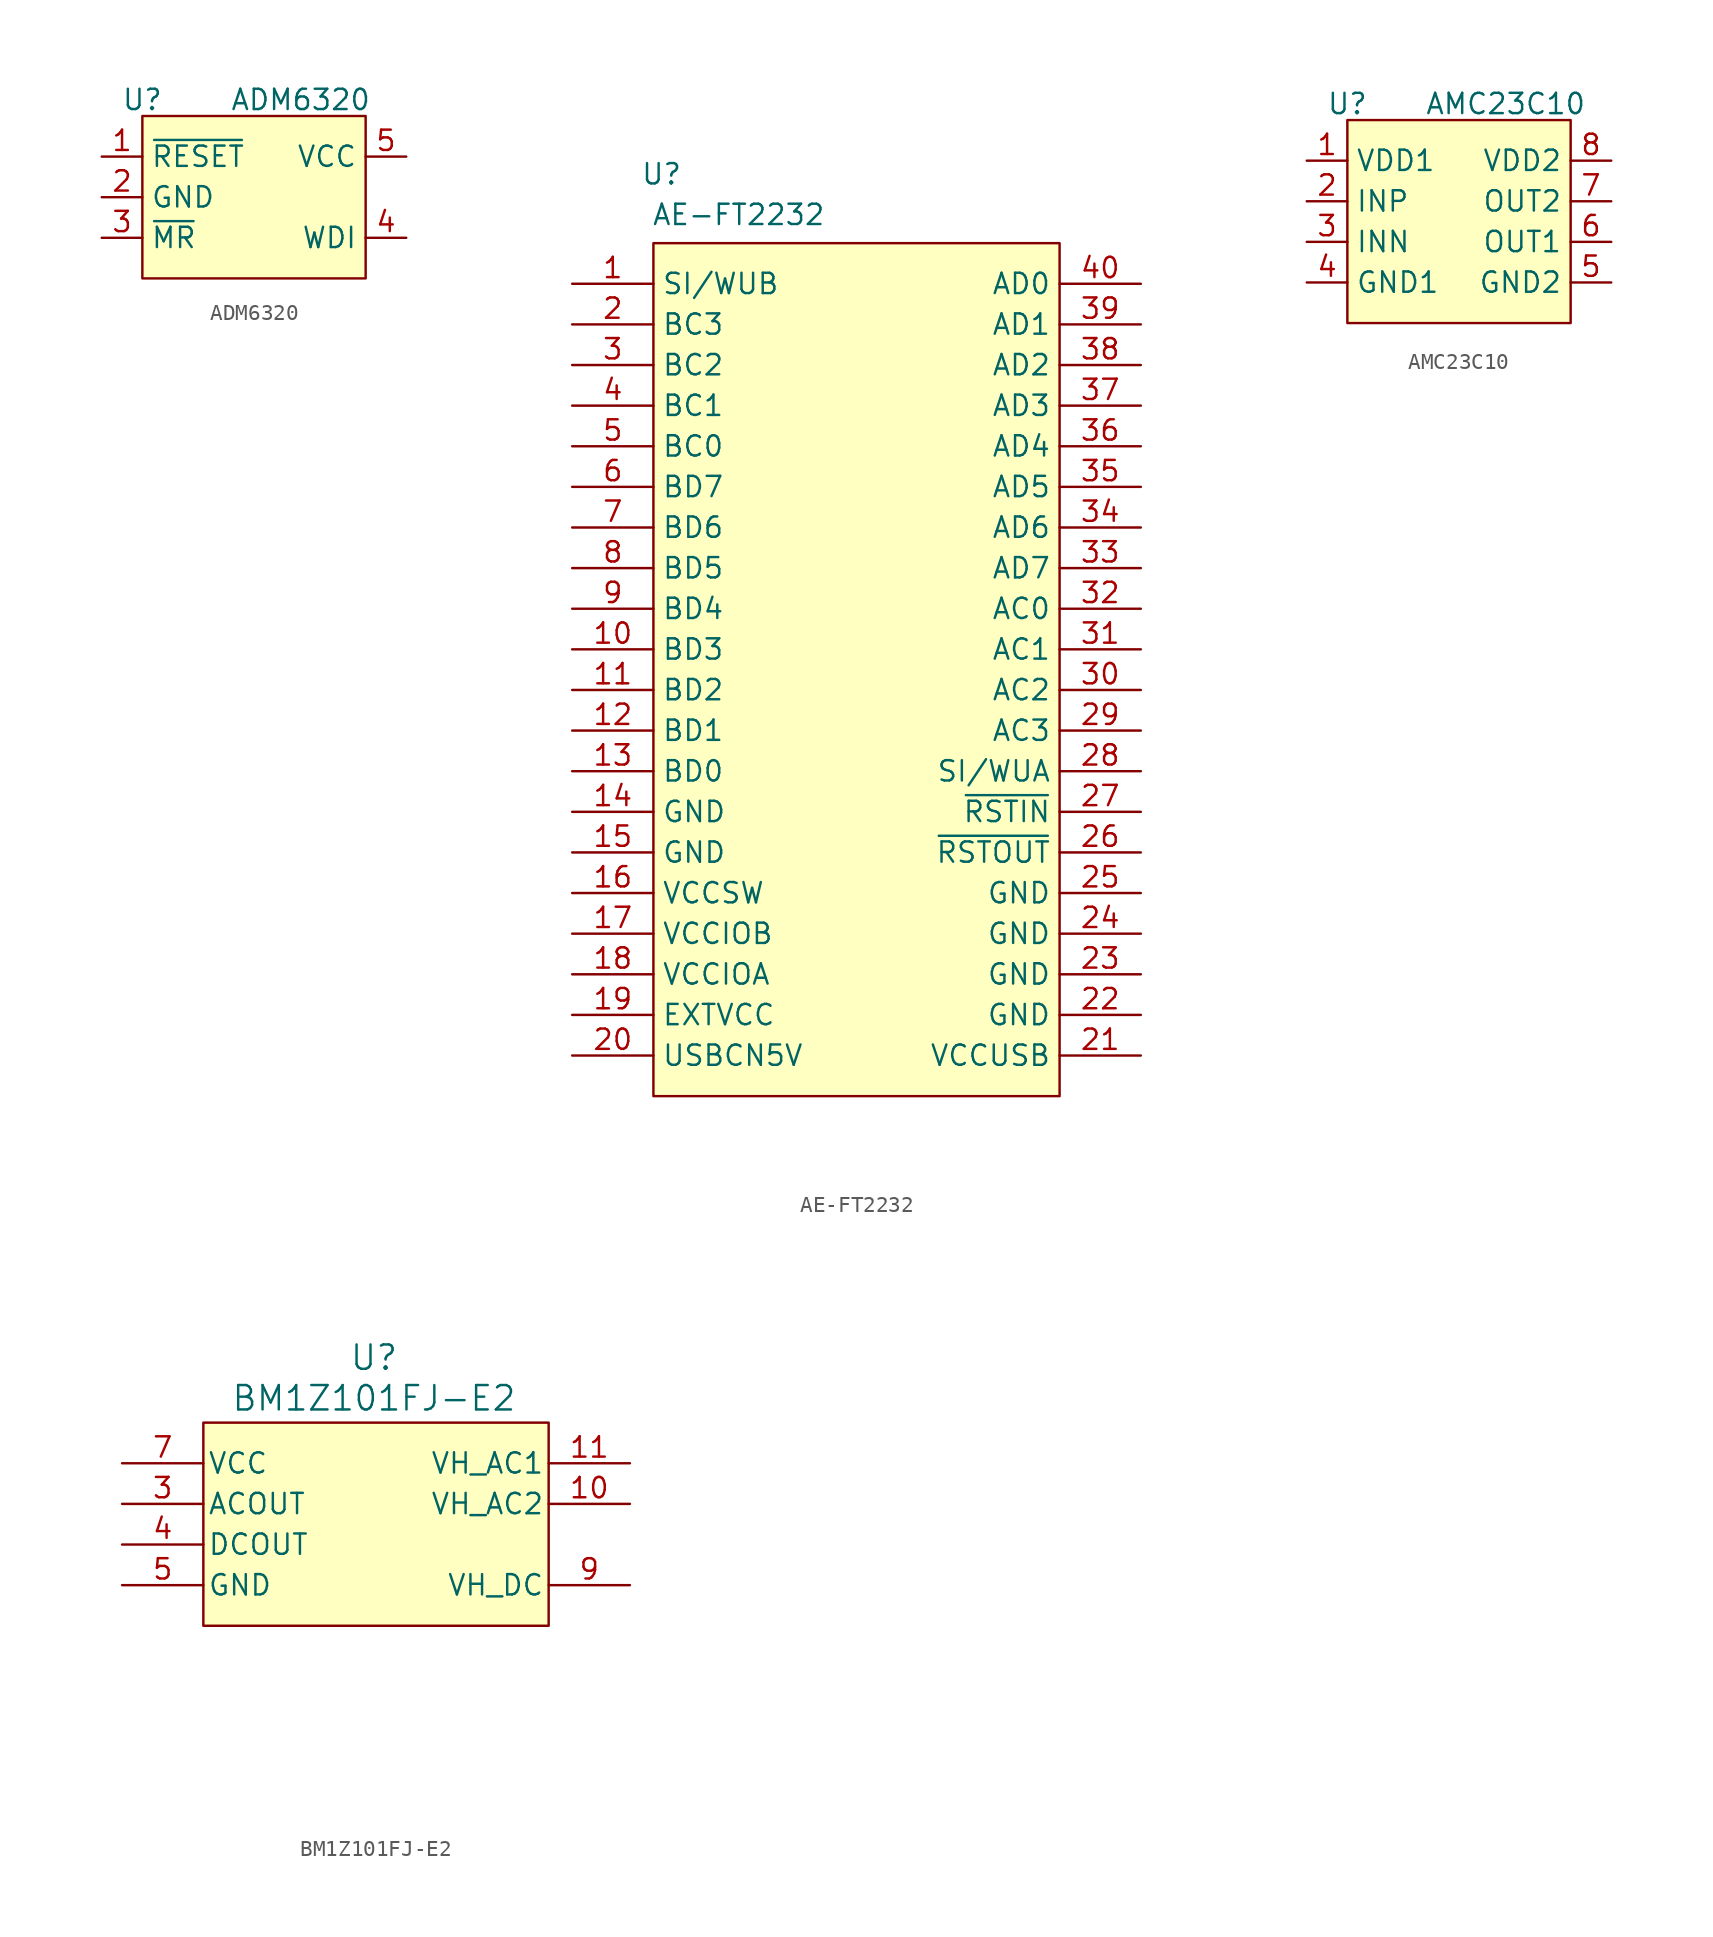
<source format=kicad_sym>
(kicad_symbol_lib
  (version 20231120)
  (generator "kicad_symbol_editor")
  (generator_version "8.0")
  (symbol "ADM6320"
    (property "Reference" "U"
      (at 2.54 3.556 0)
      (effects (font (size 1.27 1.27))))
    (property "Value" "ADM6320"
      (at 12.446 3.556 0)
      (effects (font (size 1.27 1.27))))
    (symbol "ADM6320_1_1"
      (rectangle (start 2.54 2.54) (end 16.51 -7.62) (stroke (width 0) (type default)) (fill (type background)))
      (pin passive line (at 0 0 0) (length 2.54) (name "~{RESET}" (effects (font (size 1.27 1.27)))) (number "1" (effects (font (size 1.27 1.27)))))
      (pin passive line (at 0 -2.54 0) (length 2.54) (name "GND" (effects (font (size 1.27 1.27)))) (number "2" (effects (font (size 1.27 1.27)))))
      (pin passive line (at 0 -5.08 0) (length 2.54) (name "~{MR}" (effects (font (size 1.27 1.27)))) (number "3" (effects (font (size 1.27 1.27)))))
      (pin passive line (at 19.05 -5.08 180) (length 2.54) (name "WDI" (effects (font (size 1.27 1.27)))) (number "4" (effects (font (size 1.27 1.27)))))
      (pin passive line (at 19.05 0 180) (length 2.54) (name "VCC" (effects (font (size 1.27 1.27)))) (number "5" (effects (font (size 1.27 1.27)))))))
  (symbol "AE-FT2232"
    (property "Reference" "U"
      (at 13.208 4.318 0)
      (effects (font (size 1.27 1.27))))
    (property "Value" "AE-FT2232"
      (at 18.034 1.778 0)
      (effects (font (size 1.27 1.27))))
    (symbol "AE-FT2232_1_1"
      (rectangle (start 12.7 0) (end 38.1 -53.34) (stroke (width 0) (type default)) (fill (type background)))
      (pin input line (at 7.62 -2.54 0) (length 5.08) (name "SI/WUB" (effects (font (size 1.27 1.27)))) (number "1" (effects (font (size 1.27 1.27)))))
      (pin bidirectional line (at 7.62 -25.4 0) (length 5.08) (name "BD3" (effects (font (size 1.27 1.27)))) (number "10" (effects (font (size 1.27 1.27)))))
      (pin bidirectional line (at 7.62 -27.94 0) (length 5.08) (name "BD2" (effects (font (size 1.27 1.27)))) (number "11" (effects (font (size 1.27 1.27)))))
      (pin bidirectional line (at 7.62 -30.48 0) (length 5.08) (name "BD1" (effects (font (size 1.27 1.27)))) (number "12" (effects (font (size 1.27 1.27)))))
      (pin bidirectional line (at 7.62 -33.02 0) (length 5.08) (name "BD0" (effects (font (size 1.27 1.27)))) (number "13" (effects (font (size 1.27 1.27)))))
      (pin power_in line (at 7.62 -35.56 0) (length 5.08) (name "GND" (effects (font (size 1.27 1.27)))) (number "14" (effects (font (size 1.27 1.27)))))
      (pin power_in line (at 7.62 -38.1 0) (length 5.08) (name "GND" (effects (font (size 1.27 1.27)))) (number "15" (effects (font (size 1.27 1.27)))))
      (pin power_out line (at 7.62 -40.64 0) (length 5.08) (name "VCCSW" (effects (font (size 1.27 1.27)))) (number "16" (effects (font (size 1.27 1.27)))))
      (pin power_in line (at 7.62 -43.18 0) (length 5.08) (name "VCCIOB" (effects (font (size 1.27 1.27)))) (number "17" (effects (font (size 1.27 1.27)))))
      (pin power_in line (at 7.62 -45.72 0) (length 5.08) (name "VCCIOA" (effects (font (size 1.27 1.27)))) (number "18" (effects (font (size 1.27 1.27)))))
      (pin power_in line (at 7.62 -48.26 0) (length 5.08) (name "EXTVCC" (effects (font (size 1.27 1.27)))) (number "19" (effects (font (size 1.27 1.27)))))
      (pin bidirectional line (at 7.62 -5.08 0) (length 5.08) (name "BC3" (effects (font (size 1.27 1.27)))) (number "2" (effects (font (size 1.27 1.27)))))
      (pin passive line (at 7.62 -50.8 0) (length 5.08) (name "USBCN5V" (effects (font (size 1.27 1.27)))) (number "20" (effects (font (size 1.27 1.27)))))
      (pin passive line (at 43.18 -50.8 180) (length 5.08) (name "VCCUSB" (effects (font (size 1.27 1.27)))) (number "21" (effects (font (size 1.27 1.27)))))
      (pin power_in line (at 43.18 -48.26 180) (length 5.08) (name "GND" (effects (font (size 1.27 1.27)))) (number "22" (effects (font (size 1.27 1.27)))))
      (pin power_in line (at 43.18 -45.72 180) (length 5.08) (name "GND" (effects (font (size 1.27 1.27)))) (number "23" (effects (font (size 1.27 1.27)))))
      (pin power_in line (at 43.18 -43.18 180) (length 5.08) (name "GND" (effects (font (size 1.27 1.27)))) (number "24" (effects (font (size 1.27 1.27)))))
      (pin power_in line (at 43.18 -40.64 180) (length 5.08) (name "GND" (effects (font (size 1.27 1.27)))) (number "25" (effects (font (size 1.27 1.27)))))
      (pin output line (at 43.18 -38.1 180) (length 5.08) (name "~{RSTOUT}" (effects (font (size 1.27 1.27)))) (number "26" (effects (font (size 1.27 1.27)))))
      (pin output line (at 43.18 -35.56 180) (length 5.08) (name "~{RSTIN}" (effects (font (size 1.27 1.27)))) (number "27" (effects (font (size 1.27 1.27)))))
      (pin input line (at 43.18 -33.02 180) (length 5.08) (name "SI/WUA" (effects (font (size 1.27 1.27)))) (number "28" (effects (font (size 1.27 1.27)))))
      (pin bidirectional line (at 43.18 -30.48 180) (length 5.08) (name "AC3" (effects (font (size 1.27 1.27)))) (number "29" (effects (font (size 1.27 1.27)))))
      (pin bidirectional line (at 7.62 -7.62 0) (length 5.08) (name "BC2" (effects (font (size 1.27 1.27)))) (number "3" (effects (font (size 1.27 1.27)))))
      (pin bidirectional line (at 43.18 -27.94 180) (length 5.08) (name "AC2" (effects (font (size 1.27 1.27)))) (number "30" (effects (font (size 1.27 1.27)))))
      (pin bidirectional line (at 43.18 -25.4 180) (length 5.08) (name "AC1" (effects (font (size 1.27 1.27)))) (number "31" (effects (font (size 1.27 1.27)))))
      (pin bidirectional line (at 43.18 -22.86 180) (length 5.08) (name "AC0" (effects (font (size 1.27 1.27)))) (number "32" (effects (font (size 1.27 1.27)))))
      (pin bidirectional line (at 43.18 -20.32 180) (length 5.08) (name "AD7" (effects (font (size 1.27 1.27)))) (number "33" (effects (font (size 1.27 1.27)))))
      (pin bidirectional line (at 43.18 -17.78 180) (length 5.08) (name "AD6" (effects (font (size 1.27 1.27)))) (number "34" (effects (font (size 1.27 1.27)))))
      (pin bidirectional line (at 43.18 -15.24 180) (length 5.08) (name "AD5" (effects (font (size 1.27 1.27)))) (number "35" (effects (font (size 1.27 1.27)))))
      (pin bidirectional line (at 43.18 -12.7 180) (length 5.08) (name "AD4" (effects (font (size 1.27 1.27)))) (number "36" (effects (font (size 1.27 1.27)))))
      (pin bidirectional line (at 43.18 -10.16 180) (length 5.08) (name "AD3" (effects (font (size 1.27 1.27)))) (number "37" (effects (font (size 1.27 1.27)))))
      (pin bidirectional line (at 43.18 -7.62 180) (length 5.08) (name "AD2" (effects (font (size 1.27 1.27)))) (number "38" (effects (font (size 1.27 1.27)))))
      (pin bidirectional line (at 43.18 -5.08 180) (length 5.08) (name "AD1" (effects (font (size 1.27 1.27)))) (number "39" (effects (font (size 1.27 1.27)))))
      (pin bidirectional line (at 7.62 -10.16 0) (length 5.08) (name "BC1" (effects (font (size 1.27 1.27)))) (number "4" (effects (font (size 1.27 1.27)))))
      (pin bidirectional line (at 43.18 -2.54 180) (length 5.08) (name "AD0" (effects (font (size 1.27 1.27)))) (number "40" (effects (font (size 1.27 1.27)))))
      (pin bidirectional line (at 7.62 -12.7 0) (length 5.08) (name "BC0" (effects (font (size 1.27 1.27)))) (number "5" (effects (font (size 1.27 1.27)))))
      (pin bidirectional line (at 7.62 -15.24 0) (length 5.08) (name "BD7" (effects (font (size 1.27 1.27)))) (number "6" (effects (font (size 1.27 1.27)))))
      (pin bidirectional line (at 7.62 -17.78 0) (length 5.08) (name "BD6" (effects (font (size 1.27 1.27)))) (number "7" (effects (font (size 1.27 1.27)))))
      (pin bidirectional line (at 7.62 -20.32 0) (length 5.08) (name "BD5" (effects (font (size 1.27 1.27)))) (number "8" (effects (font (size 1.27 1.27)))))
      (pin bidirectional line (at 7.62 -22.86 0) (length 5.08) (name "BD4" (effects (font (size 1.27 1.27)))) (number "9" (effects (font (size 1.27 1.27)))))))
  (symbol "AMC23C10"
    (property "Reference" "U"
      (at 2.54 3.556 0)
      (effects (font (size 1.27 1.27))))
    (property "Value" "AMC23C10"
      (at 12.446 3.556 0)
      (effects (font (size 1.27 1.27))))
    (symbol "AMC23C10_1_1"
      (rectangle (start 2.54 2.54) (end 16.51 -10.16) (stroke (width 0) (type default)) (fill (type background)))
      (pin power_in line (at 0 0 0) (length 2.54) (name "VDD1" (effects (font (size 1.27 1.27)))) (number "1" (effects (font (size 1.27 1.27)))))
      (pin input line (at 0 -2.54 0) (length 2.54) (name "INP" (effects (font (size 1.27 1.27)))) (number "2" (effects (font (size 1.27 1.27)))))
      (pin input line (at 0 -5.08 0) (length 2.54) (name "INN" (effects (font (size 1.27 1.27)))) (number "3" (effects (font (size 1.27 1.27)))))
      (pin power_in line (at 0 -7.62 0) (length 2.54) (name "GND1" (effects (font (size 1.27 1.27)))) (number "4" (effects (font (size 1.27 1.27)))))
      (pin power_in line (at 19.05 -7.62 180) (length 2.54) (name "GND2" (effects (font (size 1.27 1.27)))) (number "5" (effects (font (size 1.27 1.27)))))
      (pin output line (at 19.05 -5.08 180) (length 2.54) (name "OUT1" (effects (font (size 1.27 1.27)))) (number "6" (effects (font (size 1.27 1.27)))))
      (pin output line (at 19.05 -2.54 180) (length 2.54) (name "OUT2" (effects (font (size 1.27 1.27)))) (number "7" (effects (font (size 1.27 1.27)))))
      (pin power_in line (at 19.05 0 180) (length 2.54) (name "VDD2" (effects (font (size 1.27 1.27)))) (number "8" (effects (font (size 1.27 1.27)))))))
  (symbol "BM1Z101FJ-E2"
    (pin_names
      (offset 0.254))
    (property "Reference" "U"
      (at 15.748 6.604 0)
      (effects (font (size 1.524 1.524))))
    (property "Value" "BM1Z101FJ-E2"
      (at 15.748 4.064 0)
      (effects (font (size 1.524 1.524))))
    (symbol "BM1Z101FJ-E2_1_1"
      (rectangle (start 5.08 2.54) (end 26.67 -10.16) (stroke (width 0) (type default)) (fill (type background)))
      (pin no_connect line (at 15.24 -12.7 0) (length 5.08) hide (name "NC" (effects (font (size 1.27 1.27)))) (number "1" (effects (font (size 1.27 1.27)))))
      (pin bidirectional line (at 31.75 -2.54 180) (length 5.08) (name "VH_AC2" (effects (font (size 1.27 1.27)))) (number "10" (effects (font (size 1.27 1.27)))))
      (pin bidirectional line (at 31.75 0 180) (length 5.08) (name "VH_AC1" (effects (font (size 1.27 1.27)))) (number "11" (effects (font (size 1.27 1.27)))))
      (pin no_connect line (at 15.24 -15.24 0) (length 5.08) hide (name "NC" (effects (font (size 1.27 1.27)))) (number "2" (effects (font (size 1.27 1.27)))))
      (pin output line (at 0 -2.54 0) (length 5.08) (name "ACOUT" (effects (font (size 1.27 1.27)))) (number "3" (effects (font (size 1.27 1.27)))))
      (pin output line (at 0 -5.08 0) (length 5.08) (name "DCOUT" (effects (font (size 1.27 1.27)))) (number "4" (effects (font (size 1.27 1.27)))))
      (pin power_out line (at 0 -7.62 0) (length 5.08) (name "GND" (effects (font (size 1.27 1.27)))) (number "5" (effects (font (size 1.27 1.27)))))
      (pin no_connect line (at 15.24 -17.78 0) (length 5.08) hide (name "NC" (effects (font (size 1.27 1.27)))) (number "6" (effects (font (size 1.27 1.27)))))
      (pin power_in line (at 0 0 0) (length 5.08) (name "VCC" (effects (font (size 1.27 1.27)))) (number "7" (effects (font (size 1.27 1.27)))))
      (pin no_connect line (at 15.24 -20.32 0) (length 5.08) hide (name "NC" (effects (font (size 1.27 1.27)))) (number "8" (effects (font (size 1.27 1.27)))))
      (pin unspecified line (at 31.75 -7.62 180) (length 5.08) (name "VH_DC" (effects (font (size 1.27 1.27)))) (number "9" (effects (font (size 1.27 1.27))))))))
</source>
